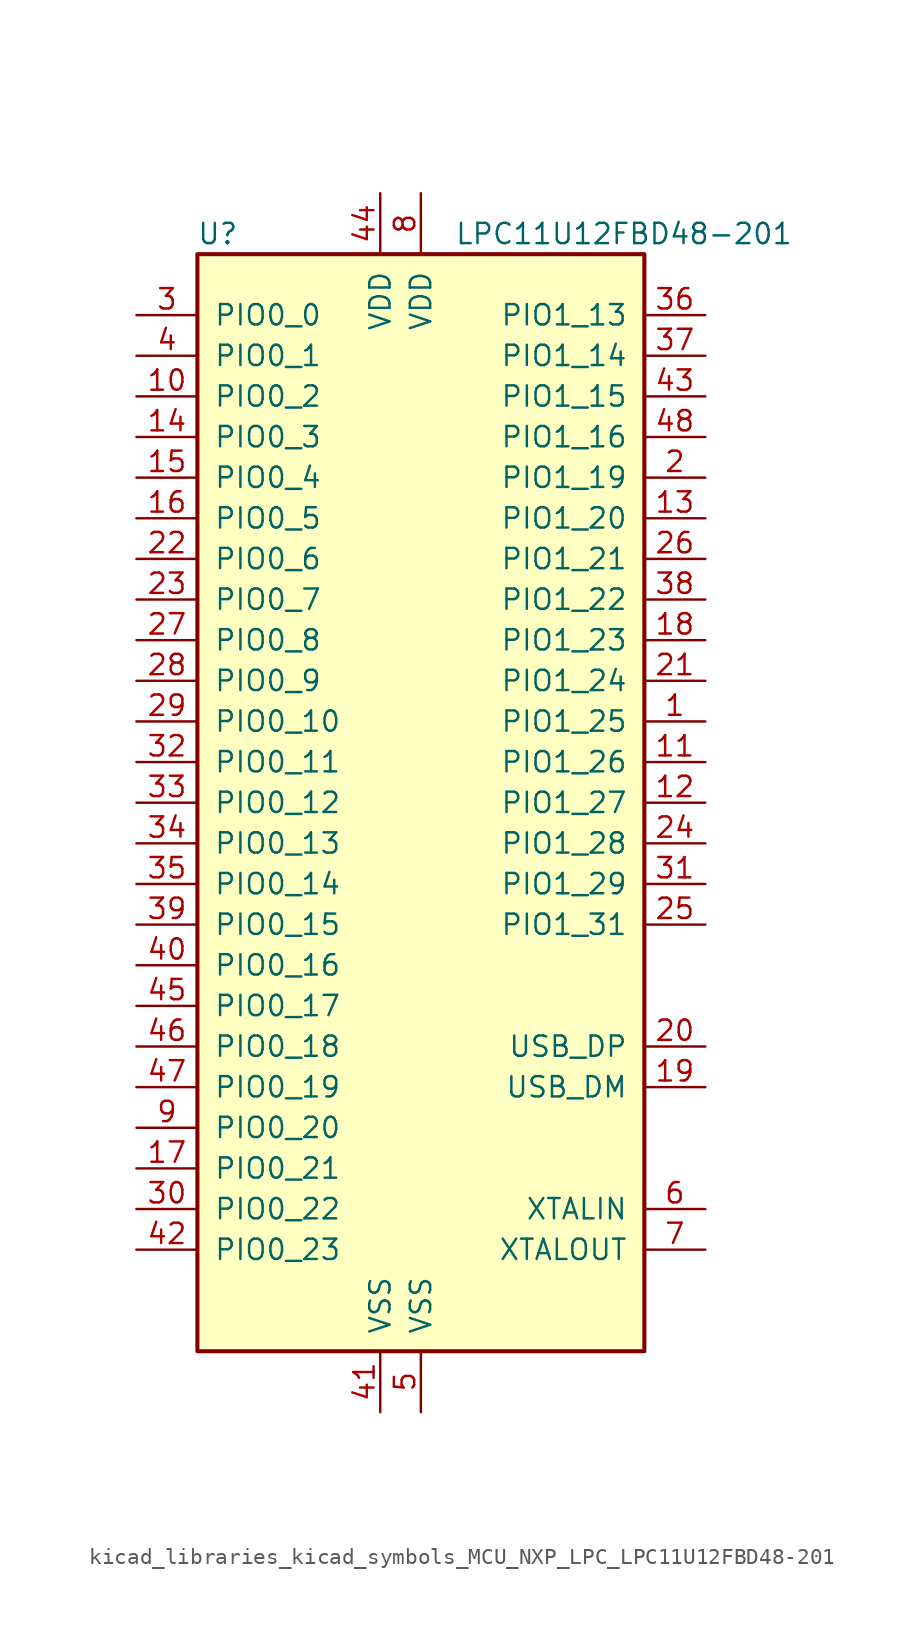
<source format=kicad_sym>
(kicad_symbol_lib
  (version 20220914)
  (generator kicad_symbol_editor)
  (symbol "kicad_libraries_kicad_symbols_MCU_NXP_LPC_LPC11U12FBD48-201"
    (pin_names
      (offset 1.016))
    (property "Reference" "U"
      (at -12.7 35.56 0)
      (effects (font (size 1.27 1.27))))
    (property "Value" "LPC11U12FBD48-201"
      (at 12.7 35.56 0)
      (effects (font (size 1.27 1.27))))
    (symbol "kicad_libraries_kicad_symbols_MCU_NXP_LPC_LPC11U12FBD48-201_0_1"
      (rectangle (start -13.97 34.29) (end 13.97 -34.29) (stroke (width 0.254) (type default)) (fill (type background))))
    (symbol "kicad_libraries_kicad_symbols_MCU_NXP_LPC_LPC11U12FBD48-201_1_1"
      (pin bidirectional line (at 17.78 5.08 180) (length 3.81) (name "PIO1_25" (effects (font (size 1.27 1.27)))) (number "1" (effects (font (size 1.27 1.27)))))
      (pin bidirectional line (at -17.78 25.4 0) (length 3.81) (name "PIO0_2" (effects (font (size 1.27 1.27)))) (number "10" (effects (font (size 1.27 1.27)))))
      (pin bidirectional line (at 17.78 2.54 180) (length 3.81) (name "PIO1_26" (effects (font (size 1.27 1.27)))) (number "11" (effects (font (size 1.27 1.27)))))
      (pin bidirectional line (at 17.78 0 180) (length 3.81) (name "PIO1_27" (effects (font (size 1.27 1.27)))) (number "12" (effects (font (size 1.27 1.27)))))
      (pin bidirectional line (at 17.78 17.78 180) (length 3.81) (name "PIO1_20" (effects (font (size 1.27 1.27)))) (number "13" (effects (font (size 1.27 1.27)))))
      (pin bidirectional line (at -17.78 22.86 0) (length 3.81) (name "PIO0_3" (effects (font (size 1.27 1.27)))) (number "14" (effects (font (size 1.27 1.27)))))
      (pin bidirectional line (at -17.78 20.32 0) (length 3.81) (name "PIO0_4" (effects (font (size 1.27 1.27)))) (number "15" (effects (font (size 1.27 1.27)))))
      (pin bidirectional line (at -17.78 17.78 0) (length 3.81) (name "PIO0_5" (effects (font (size 1.27 1.27)))) (number "16" (effects (font (size 1.27 1.27)))))
      (pin bidirectional line (at -17.78 -22.86 0) (length 3.81) (name "PIO0_21" (effects (font (size 1.27 1.27)))) (number "17" (effects (font (size 1.27 1.27)))))
      (pin bidirectional line (at 17.78 10.16 180) (length 3.81) (name "PIO1_23" (effects (font (size 1.27 1.27)))) (number "18" (effects (font (size 1.27 1.27)))))
      (pin bidirectional line (at 17.78 -17.78 180) (length 3.81) (name "USB_DM" (effects (font (size 1.27 1.27)))) (number "19" (effects (font (size 1.27 1.27)))))
      (pin bidirectional line (at 17.78 20.32 180) (length 3.81) (name "PIO1_19" (effects (font (size 1.27 1.27)))) (number "2" (effects (font (size 1.27 1.27)))))
      (pin bidirectional line (at 17.78 -15.24 180) (length 3.81) (name "USB_DP" (effects (font (size 1.27 1.27)))) (number "20" (effects (font (size 1.27 1.27)))))
      (pin bidirectional line (at 17.78 7.62 180) (length 3.81) (name "PIO1_24" (effects (font (size 1.27 1.27)))) (number "21" (effects (font (size 1.27 1.27)))))
      (pin bidirectional line (at -17.78 15.24 0) (length 3.81) (name "PIO0_6" (effects (font (size 1.27 1.27)))) (number "22" (effects (font (size 1.27 1.27)))))
      (pin bidirectional line (at -17.78 12.7 0) (length 3.81) (name "PIO0_7" (effects (font (size 1.27 1.27)))) (number "23" (effects (font (size 1.27 1.27)))))
      (pin bidirectional line (at 17.78 -2.54 180) (length 3.81) (name "PIO1_28" (effects (font (size 1.27 1.27)))) (number "24" (effects (font (size 1.27 1.27)))))
      (pin bidirectional line (at 17.78 -7.62 180) (length 3.81) (name "PIO1_31" (effects (font (size 1.27 1.27)))) (number "25" (effects (font (size 1.27 1.27)))))
      (pin bidirectional line (at 17.78 15.24 180) (length 3.81) (name "PIO1_21" (effects (font (size 1.27 1.27)))) (number "26" (effects (font (size 1.27 1.27)))))
      (pin bidirectional line (at -17.78 10.16 0) (length 3.81) (name "PIO0_8" (effects (font (size 1.27 1.27)))) (number "27" (effects (font (size 1.27 1.27)))))
      (pin bidirectional line (at -17.78 7.62 0) (length 3.81) (name "PIO0_9" (effects (font (size 1.27 1.27)))) (number "28" (effects (font (size 1.27 1.27)))))
      (pin bidirectional line (at -17.78 5.08 0) (length 3.81) (name "PIO0_10" (effects (font (size 1.27 1.27)))) (number "29" (effects (font (size 1.27 1.27)))))
      (pin bidirectional line (at -17.78 30.48 0) (length 3.81) (name "PIO0_0" (effects (font (size 1.27 1.27)))) (number "3" (effects (font (size 1.27 1.27)))))
      (pin bidirectional line (at -17.78 -25.4 0) (length 3.81) (name "PIO0_22" (effects (font (size 1.27 1.27)))) (number "30" (effects (font (size 1.27 1.27)))))
      (pin bidirectional line (at 17.78 -5.08 180) (length 3.81) (name "PIO1_29" (effects (font (size 1.27 1.27)))) (number "31" (effects (font (size 1.27 1.27)))))
      (pin bidirectional line (at -17.78 2.54 0) (length 3.81) (name "PIO0_11" (effects (font (size 1.27 1.27)))) (number "32" (effects (font (size 1.27 1.27)))))
      (pin bidirectional line (at -17.78 0 0) (length 3.81) (name "PIO0_12" (effects (font (size 1.27 1.27)))) (number "33" (effects (font (size 1.27 1.27)))))
      (pin bidirectional line (at -17.78 -2.54 0) (length 3.81) (name "PIO0_13" (effects (font (size 1.27 1.27)))) (number "34" (effects (font (size 1.27 1.27)))))
      (pin bidirectional line (at -17.78 -5.08 0) (length 3.81) (name "PIO0_14" (effects (font (size 1.27 1.27)))) (number "35" (effects (font (size 1.27 1.27)))))
      (pin bidirectional line (at 17.78 30.48 180) (length 3.81) (name "PIO1_13" (effects (font (size 1.27 1.27)))) (number "36" (effects (font (size 1.27 1.27)))))
      (pin bidirectional line (at 17.78 27.94 180) (length 3.81) (name "PIO1_14" (effects (font (size 1.27 1.27)))) (number "37" (effects (font (size 1.27 1.27)))))
      (pin bidirectional line (at 17.78 12.7 180) (length 3.81) (name "PIO1_22" (effects (font (size 1.27 1.27)))) (number "38" (effects (font (size 1.27 1.27)))))
      (pin bidirectional line (at -17.78 -7.62 0) (length 3.81) (name "PIO0_15" (effects (font (size 1.27 1.27)))) (number "39" (effects (font (size 1.27 1.27)))))
      (pin bidirectional line (at -17.78 27.94 0) (length 3.81) (name "PIO0_1" (effects (font (size 1.27 1.27)))) (number "4" (effects (font (size 1.27 1.27)))))
      (pin bidirectional line (at -17.78 -10.16 0) (length 3.81) (name "PIO0_16" (effects (font (size 1.27 1.27)))) (number "40" (effects (font (size 1.27 1.27)))))
      (pin power_in line (at -2.54 -38.1 90) (length 3.81) (name "VSS" (effects (font (size 1.27 1.27)))) (number "41" (effects (font (size 1.27 1.27)))))
      (pin bidirectional line (at -17.78 -27.94 0) (length 3.81) (name "PIO0_23" (effects (font (size 1.27 1.27)))) (number "42" (effects (font (size 1.27 1.27)))))
      (pin bidirectional line (at 17.78 25.4 180) (length 3.81) (name "PIO1_15" (effects (font (size 1.27 1.27)))) (number "43" (effects (font (size 1.27 1.27)))))
      (pin power_in line (at -2.54 38.1 270) (length 3.81) (name "VDD" (effects (font (size 1.27 1.27)))) (number "44" (effects (font (size 1.27 1.27)))))
      (pin bidirectional line (at -17.78 -12.7 0) (length 3.81) (name "PIO0_17" (effects (font (size 1.27 1.27)))) (number "45" (effects (font (size 1.27 1.27)))))
      (pin bidirectional line (at -17.78 -15.24 0) (length 3.81) (name "PIO0_18" (effects (font (size 1.27 1.27)))) (number "46" (effects (font (size 1.27 1.27)))))
      (pin bidirectional line (at -17.78 -17.78 0) (length 3.81) (name "PIO0_19" (effects (font (size 1.27 1.27)))) (number "47" (effects (font (size 1.27 1.27)))))
      (pin bidirectional line (at 17.78 22.86 180) (length 3.81) (name "PIO1_16" (effects (font (size 1.27 1.27)))) (number "48" (effects (font (size 1.27 1.27)))))
      (pin power_in line (at 0 -38.1 90) (length 3.81) (name "VSS" (effects (font (size 1.27 1.27)))) (number "5" (effects (font (size 1.27 1.27)))))
      (pin input line (at 17.78 -25.4 180) (length 3.81) (name "XTALIN" (effects (font (size 1.27 1.27)))) (number "6" (effects (font (size 1.27 1.27)))))
      (pin output line (at 17.78 -27.94 180) (length 3.81) (name "XTALOUT" (effects (font (size 1.27 1.27)))) (number "7" (effects (font (size 1.27 1.27)))))
      (pin power_in line (at 0 38.1 270) (length 3.81) (name "VDD" (effects (font (size 1.27 1.27)))) (number "8" (effects (font (size 1.27 1.27)))))
      (pin bidirectional line (at -17.78 -20.32 0) (length 3.81) (name "PIO0_20" (effects (font (size 1.27 1.27)))) (number "9" (effects (font (size 1.27 1.27))))))))
</source>
